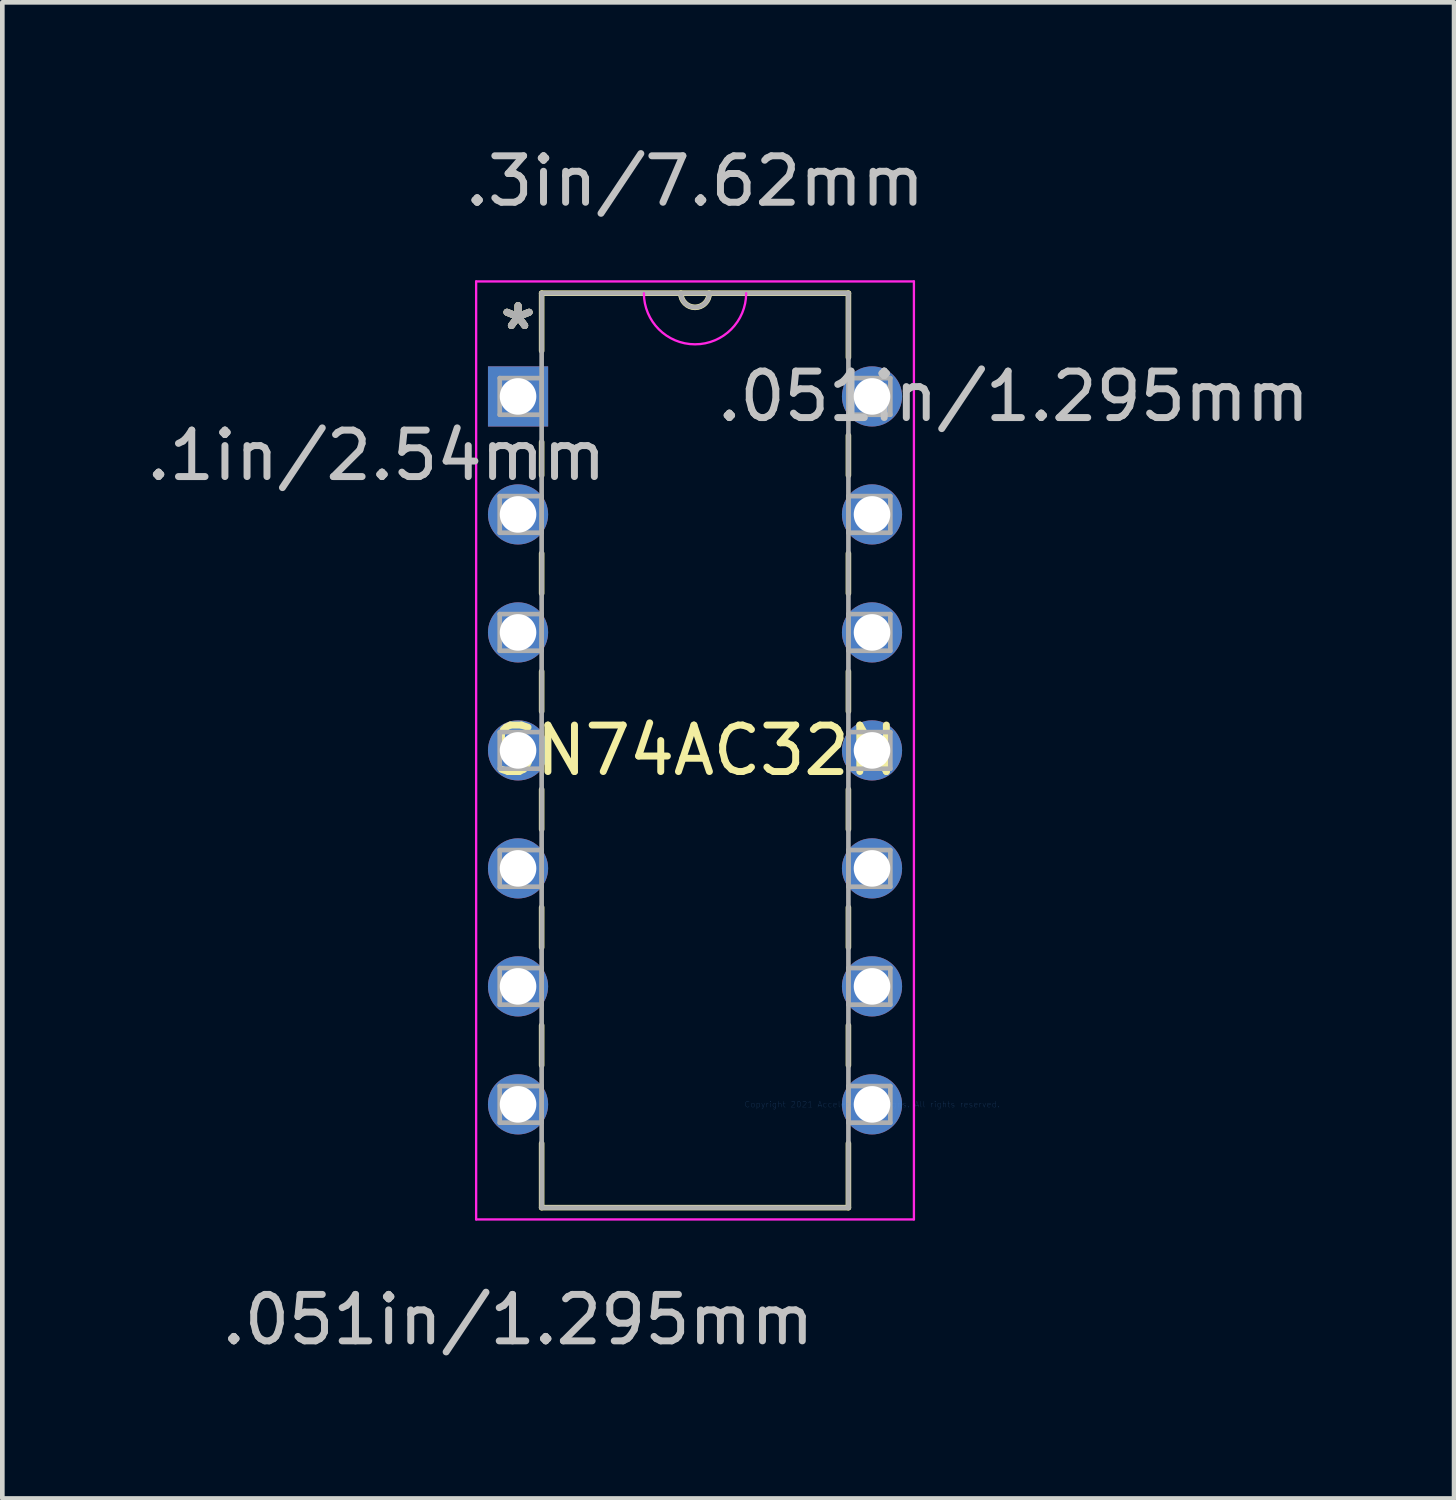
<source format=kicad_pcb>
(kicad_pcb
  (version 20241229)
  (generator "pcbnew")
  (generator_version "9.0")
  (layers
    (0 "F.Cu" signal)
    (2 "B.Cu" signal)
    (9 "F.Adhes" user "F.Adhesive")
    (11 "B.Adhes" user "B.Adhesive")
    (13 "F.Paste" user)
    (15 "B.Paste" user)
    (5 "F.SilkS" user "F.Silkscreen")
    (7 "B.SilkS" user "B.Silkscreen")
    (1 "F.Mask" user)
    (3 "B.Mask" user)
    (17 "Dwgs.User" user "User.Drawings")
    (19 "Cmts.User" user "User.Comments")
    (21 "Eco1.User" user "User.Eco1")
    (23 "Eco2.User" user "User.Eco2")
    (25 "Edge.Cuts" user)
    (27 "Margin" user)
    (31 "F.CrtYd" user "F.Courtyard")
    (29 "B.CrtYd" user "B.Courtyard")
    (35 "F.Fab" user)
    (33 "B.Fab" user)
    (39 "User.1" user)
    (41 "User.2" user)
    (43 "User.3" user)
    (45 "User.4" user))
  (footprint "SN74AC32N"
    (layer "F.Cu")
    (at 15.722 20.724)
    (property "Reference" "SN74AC32N" (at -3.81 -7.62 0) (layer "F.SilkS") (effects (font (size 1 1) (thickness 0.15))))
    (attr through_hole)
    (fp_line (start -7.112 -17.462) (end -7.112 -16.22) (stroke (width 0.12) (type solid)) (layer "F.SilkS"))
    (fp_line (start -7.112 -14.26) (end -7.112 -13.539) (stroke (width 0.12) (type solid)) (layer "F.SilkS"))
    (fp_line (start -7.112 -11.861) (end -7.112 -10.999) (stroke (width 0.12) (type solid)) (layer "F.SilkS"))
    (fp_line (start -7.112 -9.321) (end -7.112 -8.459) (stroke (width 0.12) (type solid)) (layer "F.SilkS"))
    (fp_line (start -7.112 -6.781) (end -7.112 -5.919) (stroke (width 0.12) (type solid)) (layer "F.SilkS"))
    (fp_line (start -7.112 -4.241) (end -7.112 -3.379) (stroke (width 0.12) (type solid)) (layer "F.SilkS"))
    (fp_line (start -7.112 -1.701) (end -7.112 -0.839) (stroke (width 0.12) (type solid)) (layer "F.SilkS"))
    (fp_line (start -7.112 0.839) (end -7.112 2.223) (stroke (width 0.12) (type solid)) (layer "F.SilkS"))
    (fp_line (start -7.112 2.223) (end -0.508 2.223) (stroke (width 0.12) (type solid)) (layer "F.SilkS"))
    (fp_line (start -0.508 -17.462) (end -7.112 -17.462) (stroke (width 0.12) (type solid)) (layer "F.SilkS"))
    (fp_line (start -0.508 -16.079) (end -0.508 -17.462) (stroke (width 0.12) (type solid)) (layer "F.SilkS"))
    (fp_line (start -0.508 -13.539) (end -0.508 -14.401) (stroke (width 0.12) (type solid)) (layer "F.SilkS"))
    (fp_line (start -0.508 -10.999) (end -0.508 -11.861) (stroke (width 0.12) (type solid)) (layer "F.SilkS"))
    (fp_line (start -0.508 -8.459) (end -0.508 -9.321) (stroke (width 0.12) (type solid)) (layer "F.SilkS"))
    (fp_line (start -0.508 -5.919) (end -0.508 -6.781) (stroke (width 0.12) (type solid)) (layer "F.SilkS"))
    (fp_line (start -0.508 -3.379) (end -0.508 -4.241) (stroke (width 0.12) (type solid)) (layer "F.SilkS"))
    (fp_line (start -0.508 -0.839) (end -0.508 -1.701) (stroke (width 0.12) (type solid)) (layer "F.SilkS"))
    (fp_line (start -0.508 2.223) (end -0.508 0.839) (stroke (width 0.12) (type solid)) (layer "F.SilkS"))
    (fp_arc (start -3.5052 -17.4625) (mid -3.81 -17.1577) (end -4.1148 -17.4625) (stroke (width 0.12) (type solid)) (layer "F.SilkS"))
    (fp_line (start -8.522 -17.716) (end 0.902 -17.716) (stroke (width 0.05) (type solid)) (layer "F.CrtYd"))
    (fp_line (start -8.522 2.477) (end -8.522 -17.716) (stroke (width 0.05) (type solid)) (layer "F.CrtYd"))
    (fp_line (start 0.902 -17.716) (end 0.902 2.477) (stroke (width 0.05) (type solid)) (layer "F.CrtYd"))
    (fp_line (start 0.902 2.477) (end -8.522 2.477) (stroke (width 0.05) (type solid)) (layer "F.CrtYd"))
    (fp_arc (start -2.709333 -17.4625) (mid -3.81 -16.361833) (end -4.910667 -17.4625) (stroke (width 0.05) (type solid)) (layer "F.CrtYd"))
    (fp_line (start -8.014 -15.634) (end -8.014 -14.846) (stroke (width 0.1) (type solid)) (layer "F.Fab"))
    (fp_line (start -8.014 -14.846) (end -7.112 -14.846) (stroke (width 0.1) (type solid)) (layer "F.Fab"))
    (fp_line (start -8.014 -13.094) (end -8.014 -12.306) (stroke (width 0.1) (type solid)) (layer "F.Fab"))
    (fp_line (start -8.014 -12.306) (end -7.112 -12.306) (stroke (width 0.1) (type solid)) (layer "F.Fab"))
    (fp_line (start -8.014 -10.554) (end -8.014 -9.766) (stroke (width 0.1) (type solid)) (layer "F.Fab"))
    (fp_line (start -8.014 -9.766) (end -7.112 -9.766) (stroke (width 0.1) (type solid)) (layer "F.Fab"))
    (fp_line (start -8.014 -8.014) (end -8.014 -7.226) (stroke (width 0.1) (type solid)) (layer "F.Fab"))
    (fp_line (start -8.014 -7.226) (end -7.112 -7.226) (stroke (width 0.1) (type solid)) (layer "F.Fab"))
    (fp_line (start -8.014 -5.474) (end -8.014 -4.686) (stroke (width 0.1) (type solid)) (layer "F.Fab"))
    (fp_line (start -8.014 -4.686) (end -7.112 -4.686) (stroke (width 0.1) (type solid)) (layer "F.Fab"))
    (fp_line (start -8.014 -2.934) (end -8.014 -2.146) (stroke (width 0.1) (type solid)) (layer "F.Fab"))
    (fp_line (start -8.014 -2.146) (end -7.112 -2.146) (stroke (width 0.1) (type solid)) (layer "F.Fab"))
    (fp_line (start -8.014 -0.394) (end -8.014 0.394) (stroke (width 0.1) (type solid)) (layer "F.Fab"))
    (fp_line (start -8.014 0.394) (end -7.112 0.394) (stroke (width 0.1) (type solid)) (layer "F.Fab"))
    (fp_line (start -7.112 -17.462) (end -7.112 2.223) (stroke (width 0.1) (type solid)) (layer "F.Fab"))
    (fp_line (start -7.112 -15.634) (end -8.014 -15.634) (stroke (width 0.1) (type solid)) (layer "F.Fab"))
    (fp_line (start -7.112 -14.846) (end -7.112 -15.634) (stroke (width 0.1) (type solid)) (layer "F.Fab"))
    (fp_line (start -7.112 -13.094) (end -8.014 -13.094) (stroke (width 0.1) (type solid)) (layer "F.Fab"))
    (fp_line (start -7.112 -12.306) (end -7.112 -13.094) (stroke (width 0.1) (type solid)) (layer "F.Fab"))
    (fp_line (start -7.112 -10.554) (end -8.014 -10.554) (stroke (width 0.1) (type solid)) (layer "F.Fab"))
    (fp_line (start -7.112 -9.766) (end -7.112 -10.554) (stroke (width 0.1) (type solid)) (layer "F.Fab"))
    (fp_line (start -7.112 -8.014) (end -8.014 -8.014) (stroke (width 0.1) (type solid)) (layer "F.Fab"))
    (fp_line (start -7.112 -7.226) (end -7.112 -8.014) (stroke (width 0.1) (type solid)) (layer "F.Fab"))
    (fp_line (start -7.112 -5.474) (end -8.014 -5.474) (stroke (width 0.1) (type solid)) (layer "F.Fab"))
    (fp_line (start -7.112 -4.686) (end -7.112 -5.474) (stroke (width 0.1) (type solid)) (layer "F.Fab"))
    (fp_line (start -7.112 -2.934) (end -8.014 -2.934) (stroke (width 0.1) (type solid)) (layer "F.Fab"))
    (fp_line (start -7.112 -2.146) (end -7.112 -2.934) (stroke (width 0.1) (type solid)) (layer "F.Fab"))
    (fp_line (start -7.112 -0.394) (end -8.014 -0.394) (stroke (width 0.1) (type solid)) (layer "F.Fab"))
    (fp_line (start -7.112 0.394) (end -7.112 -0.394) (stroke (width 0.1) (type solid)) (layer "F.Fab"))
    (fp_line (start -7.112 2.223) (end -0.508 2.223) (stroke (width 0.1) (type solid)) (layer "F.Fab"))
    (fp_line (start -0.508 -17.462) (end -7.112 -17.462) (stroke (width 0.1) (type solid)) (layer "F.Fab"))
    (fp_line (start -0.508 -15.634) (end -0.508 -14.846) (stroke (width 0.1) (type solid)) (layer "F.Fab"))
    (fp_line (start -0.508 -14.846) (end 0.394 -14.846) (stroke (width 0.1) (type solid)) (layer "F.Fab"))
    (fp_line (start -0.508 -13.094) (end -0.508 -12.306) (stroke (width 0.1) (type solid)) (layer "F.Fab"))
    (fp_line (start -0.508 -12.306) (end 0.394 -12.306) (stroke (width 0.1) (type solid)) (layer "F.Fab"))
    (fp_line (start -0.508 -10.554) (end -0.508 -9.766) (stroke (width 0.1) (type solid)) (layer "F.Fab"))
    (fp_line (start -0.508 -9.766) (end 0.394 -9.766) (stroke (width 0.1) (type solid)) (layer "F.Fab"))
    (fp_line (start -0.508 -8.014) (end -0.508 -7.226) (stroke (width 0.1) (type solid)) (layer "F.Fab"))
    (fp_line (start -0.508 -7.226) (end 0.394 -7.226) (stroke (width 0.1) (type solid)) (layer "F.Fab"))
    (fp_line (start -0.508 -5.474) (end -0.508 -4.686) (stroke (width 0.1) (type solid)) (layer "F.Fab"))
    (fp_line (start -0.508 -4.686) (end 0.394 -4.686) (stroke (width 0.1) (type solid)) (layer "F.Fab"))
    (fp_line (start -0.508 -2.934) (end -0.508 -2.146) (stroke (width 0.1) (type solid)) (layer "F.Fab"))
    (fp_line (start -0.508 -2.146) (end 0.394 -2.146) (stroke (width 0.1) (type solid)) (layer "F.Fab"))
    (fp_line (start -0.508 -0.394) (end -0.508 0.394) (stroke (width 0.1) (type solid)) (layer "F.Fab"))
    (fp_line (start -0.508 0.394) (end 0.394 0.394) (stroke (width 0.1) (type solid)) (layer "F.Fab"))
    (fp_line (start -0.508 2.223) (end -0.508 -17.462) (stroke (width 0.1) (type solid)) (layer "F.Fab"))
    (fp_line (start 0.394 -15.634) (end -0.508 -15.634) (stroke (width 0.1) (type solid)) (layer "F.Fab"))
    (fp_line (start 0.394 -14.846) (end 0.394 -15.634) (stroke (width 0.1) (type solid)) (layer "F.Fab"))
    (fp_line (start 0.394 -13.094) (end -0.508 -13.094) (stroke (width 0.1) (type solid)) (layer "F.Fab"))
    (fp_line (start 0.394 -12.306) (end 0.394 -13.094) (stroke (width 0.1) (type solid)) (layer "F.Fab"))
    (fp_line (start 0.394 -10.554) (end -0.508 -10.554) (stroke (width 0.1) (type solid)) (layer "F.Fab"))
    (fp_line (start 0.394 -9.766) (end 0.394 -10.554) (stroke (width 0.1) (type solid)) (layer "F.Fab"))
    (fp_line (start 0.394 -8.014) (end -0.508 -8.014) (stroke (width 0.1) (type solid)) (layer "F.Fab"))
    (fp_line (start 0.394 -7.226) (end 0.394 -8.014) (stroke (width 0.1) (type solid)) (layer "F.Fab"))
    (fp_line (start 0.394 -5.474) (end -0.508 -5.474) (stroke (width 0.1) (type solid)) (layer "F.Fab"))
    (fp_line (start 0.394 -4.686) (end 0.394 -5.474) (stroke (width 0.1) (type solid)) (layer "F.Fab"))
    (fp_line (start 0.394 -2.934) (end -0.508 -2.934) (stroke (width 0.1) (type solid)) (layer "F.Fab"))
    (fp_line (start 0.394 -2.146) (end 0.394 -2.934) (stroke (width 0.1) (type solid)) (layer "F.Fab"))
    (fp_line (start 0.394 -0.394) (end -0.508 -0.394) (stroke (width 0.1) (type solid)) (layer "F.Fab"))
    (fp_line (start 0.394 0.394) (end 0.394 -0.394) (stroke (width 0.1) (type solid)) (layer "F.Fab"))
    (fp_arc (start -3.5052 -17.4625) (mid -3.81 -17.1577) (end -4.1148 -17.4625) (stroke (width 0.1) (type solid)) (layer "F.Fab"))
    (fp_text user "*" (at -7.62 -16.65 0) (layer "F.SilkS") (effects (font (size 1 1) (thickness 0.15))))
    (fp_text user "*" (at -7.62 -16.65 0) (layer "F.SilkS") (effects (font (size 1 1) (thickness 0.15))))
    (fp_text user ".1in/2.54mm" (at -10.668 -13.97 0) (layer "Dwgs.User") (effects (font (size 1 1) (thickness 0.15))))
    (fp_text user ".3in/7.62mm" (at -3.81 -19.875 0) (layer "Dwgs.User") (effects (font (size 1 1) (thickness 0.15))))
    (fp_text user ".051in/1.295mm" (at -7.62 4.636 0) (layer "Dwgs.User") (effects (font (size 1 1) (thickness 0.15))))
    (fp_text user ".051in/1.295mm" (at 3.048 -15.24 0) (layer "Dwgs.User") (effects (font (size 1 1) (thickness 0.15))))
    (fp_text user "Copyright 2021 Accelerated Designs. All rights reserved." (at 0 0 0) (layer "Cmts.User") (effects (font (size 0.127 0.127) (thickness 0.002))))
    (fp_text user "*" (at -7.62 -16.65 0) (layer "F.Fab") (effects (font (size 1 1) (thickness 0.15))))
    (fp_text user "*" (at -7.62 -16.65 0) (layer "F.Fab") (effects (font (size 1 1) (thickness 0.15))))
    (pad "1" thru_hole rect (at -7.62 -15.24) (size 1.295 1.295) (drill 0.787) (layers "*.Cu" "*.Mask"))
    (pad "2" thru_hole circle (at -7.62 -12.7) (size 1.295 1.295) (drill 0.787) (layers "*.Cu" "*.Mask"))
    (pad "3" thru_hole circle (at -7.62 -10.16) (size 1.295 1.295) (drill 0.787) (layers "*.Cu" "*.Mask"))
    (pad "4" thru_hole circle (at -7.62 -7.62) (size 1.295 1.295) (drill 0.787) (layers "*.Cu" "*.Mask"))
    (pad "5" thru_hole circle (at -7.62 -5.08) (size 1.295 1.295) (drill 0.787) (layers "*.Cu" "*.Mask"))
    (pad "6" thru_hole circle (at -7.62 -2.54) (size 1.295 1.295) (drill 0.787) (layers "*.Cu" "*.Mask"))
    (pad "7" thru_hole circle (at -7.62 0) (size 1.295 1.295) (drill 0.787) (layers "*.Cu" "*.Mask"))
    (pad "8" thru_hole circle (at 0 0) (size 1.295 1.295) (drill 0.787) (layers "*.Cu" "*.Mask"))
    (pad "9" thru_hole circle (at 0 -2.54) (size 1.295 1.295) (drill 0.787) (layers "*.Cu" "*.Mask"))
    (pad "10" thru_hole circle (at 0 -5.08) (size 1.295 1.295) (drill 0.787) (layers "*.Cu" "*.Mask"))
    (pad "11" thru_hole circle (at 0 -7.62) (size 1.295 1.295) (drill 0.787) (layers "*.Cu" "*.Mask"))
    (pad "12" thru_hole circle (at 0 -10.16) (size 1.295 1.295) (drill 0.787) (layers "*.Cu" "*.Mask"))
    (pad "13" thru_hole circle (at 0 -12.7) (size 1.295 1.295) (drill 0.787) (layers "*.Cu" "*.Mask"))
    (pad "14" thru_hole circle (at 0 -15.24) (size 1.295 1.295) (drill 0.787) (layers "*.Cu" "*.Mask")))
  (gr_rect
    (start -3 -3)
    (end 28.252 29.207)
    (stroke (width 0.1) (type default))
    (fill no)
    (layer "Edge.Cuts")))
</source>
